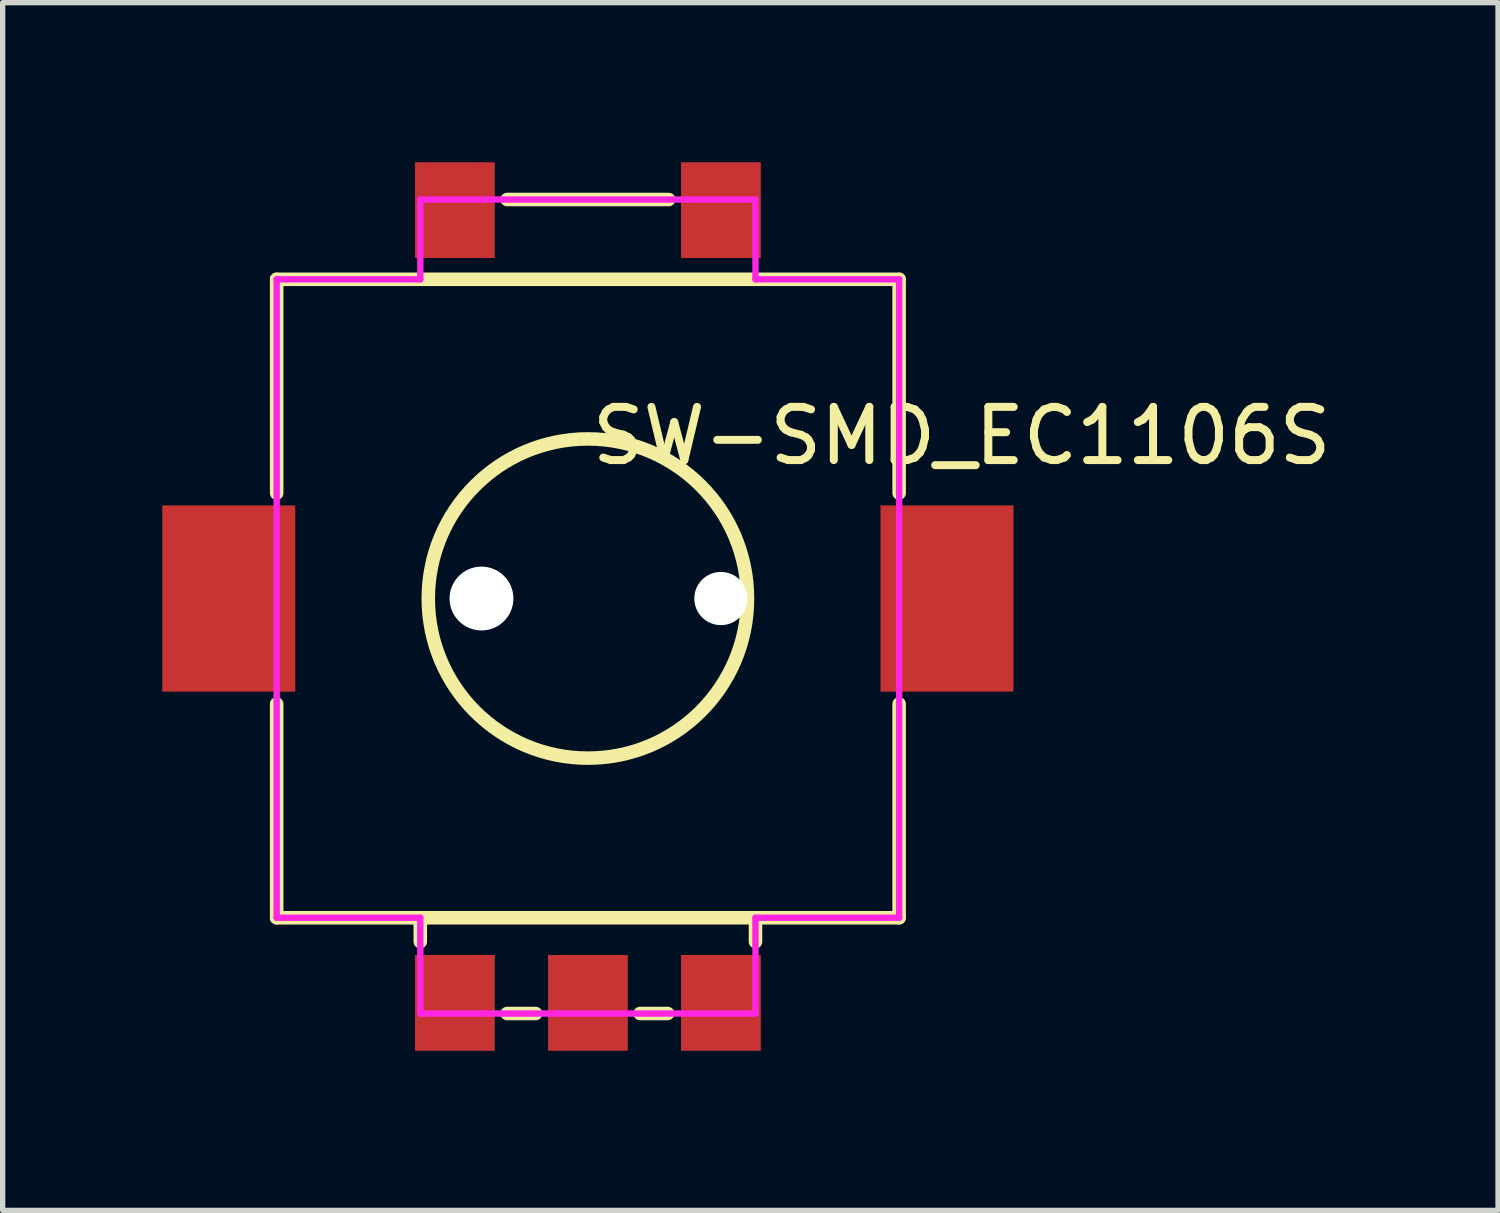
<source format=kicad_pcb>
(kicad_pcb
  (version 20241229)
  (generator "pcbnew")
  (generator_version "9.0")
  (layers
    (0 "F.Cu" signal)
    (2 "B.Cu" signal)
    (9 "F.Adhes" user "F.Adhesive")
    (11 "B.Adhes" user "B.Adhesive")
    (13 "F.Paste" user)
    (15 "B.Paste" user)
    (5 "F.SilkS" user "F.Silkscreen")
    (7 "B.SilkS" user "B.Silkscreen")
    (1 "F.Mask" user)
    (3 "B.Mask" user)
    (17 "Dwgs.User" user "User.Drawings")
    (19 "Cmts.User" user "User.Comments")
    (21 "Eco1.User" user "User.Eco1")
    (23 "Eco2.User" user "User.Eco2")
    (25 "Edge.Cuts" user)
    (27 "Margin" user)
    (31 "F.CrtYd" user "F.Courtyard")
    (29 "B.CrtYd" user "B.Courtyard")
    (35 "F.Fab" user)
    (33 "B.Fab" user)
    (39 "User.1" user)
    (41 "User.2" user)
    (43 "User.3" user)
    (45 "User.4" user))
  (footprint "SW-SMD_EC1106S"
    (layer "F.Cu")
    (at 8 8.35)
    (property "Reference" "SW-SMD_EC1106S" (at 0 -3.207 0) (layer "F.SilkS") (effects (font (size 1 1) (thickness 0.15)) (justify left)))
    (attr through_hole)
    (fp_line (start -5.85 -6.15) (end 5.85 -6.15) (stroke (width 0.254) (type solid)) (layer "F.SilkS"))
    (fp_line (start -5.85 -2.131) (end -5.85 -6.15) (stroke (width 0.254) (type solid)) (layer "F.SilkS"))
    (fp_line (start -5.85 5.85) (end -5.85 1.831) (stroke (width 0.254) (type solid)) (layer "F.SilkS"))
    (fp_line (start -3.161 5.85) (end -3.15 5.85) (stroke (width 0.254) (type solid)) (layer "F.SilkS"))
    (fp_line (start -3.15 5.85) (end -3.15 6.3) (stroke (width 0.254) (type solid)) (layer "F.SilkS"))
    (fp_line (start -1.519 -7.65) (end 1.519 -7.65) (stroke (width 0.254) (type solid)) (layer "F.SilkS"))
    (fp_line (start -1.519 7.65) (end -0.981 7.65) (stroke (width 0.254) (type solid)) (layer "F.SilkS"))
    (fp_line (start 0.981 7.65) (end 1.5 7.65) (stroke (width 0.254) (type solid)) (layer "F.SilkS"))
    (fp_line (start 3.15 5.85) (end 3.15 6.3) (stroke (width 0.254) (type solid)) (layer "F.SilkS"))
    (fp_line (start 3.152 5.85) (end 3.15 5.85) (stroke (width 0.254) (type solid)) (layer "F.SilkS"))
    (fp_line (start 5.85 -6.15) (end 5.85 -2.131) (stroke (width 0.254) (type solid)) (layer "F.SilkS"))
    (fp_line (start 5.85 1.831) (end 5.85 5.85) (stroke (width 0.254) (type solid)) (layer "F.SilkS"))
    (fp_line (start 5.85 5.85) (end -5.85 5.85) (stroke (width 0.254) (type solid)) (layer "F.SilkS"))
    (fp_circle (center 0 -0.15) (end 3 -0.15) (stroke (width 0.254) (type solid)) (fill no) (layer "F.SilkS"))
    (fp_circle (center -2 -0.15) (end -1.75 -0.15) (stroke (width 0.5) (type solid)) (fill no) (layer "Dwgs.User"))
    (fp_circle (center 2.5 -0.15) (end 2.7 -0.15) (stroke (width 0.4) (type solid)) (fill no) (layer "Dwgs.User"))
    (fp_circle (center -7.5 7.65) (end -7.47 7.65) (stroke (width 0.06) (type solid)) (fill no) (layer "Eco2.User"))
    (fp_poly (pts (xy -7.5 -1.4) (xy -5.7 -1.4) (xy -5.7 1.1) (xy -7.5 1.1)) (stroke (width 0.12) (type solid)) (fill no) (layer "Eco2.User"))
    (fp_poly (pts (xy -3.1 -7.65) (xy -1.9 -7.65) (xy -1.9 -6.45) (xy -3.1 -6.45)) (stroke (width 0.12) (type solid)) (fill no) (layer "Eco2.User"))
    (fp_poly (pts (xy -3.1 6.45) (xy -1.9 6.45) (xy -1.9 7.65) (xy -3.1 7.65)) (stroke (width 0.12) (type solid)) (fill no) (layer "Eco2.User"))
    (fp_poly (pts (xy -0.6 6.45) (xy 0.6 6.45) (xy 0.6 7.65) (xy -0.6 7.65)) (stroke (width 0.12) (type solid)) (fill no) (layer "Eco2.User"))
    (fp_poly (pts (xy 1.9 -7.65) (xy 3.1 -7.65) (xy 3.1 -6.45) (xy 1.9 -6.45)) (stroke (width 0.12) (type solid)) (fill no) (layer "Eco2.User"))
    (fp_poly (pts (xy 1.9 6.45) (xy 3.1 6.45) (xy 3.1 7.65) (xy 1.9 7.65)) (stroke (width 0.12) (type solid)) (fill no) (layer "Eco2.User"))
    (fp_poly (pts (xy 5.7 -1.4) (xy 7.5 -1.4) (xy 7.5 1.1) (xy 5.7 1.1)) (stroke (width 0.12) (type solid)) (fill no) (layer "Eco2.User"))
    (fp_line (start -5.85 -6.15) (end -3.15 -6.15) (stroke (width 0.12) (type solid)) (layer "F.CrtYd"))
    (fp_line (start -5.85 5.85) (end -5.85 -6.15) (stroke (width 0.12) (type solid)) (layer "F.CrtYd"))
    (fp_line (start -3.15 -7.65) (end 3.15 -7.65) (stroke (width 0.12) (type solid)) (layer "F.CrtYd"))
    (fp_line (start -3.15 -6.15) (end -3.15 -7.65) (stroke (width 0.12) (type solid)) (layer "F.CrtYd"))
    (fp_line (start -3.15 5.85) (end -5.85 5.85) (stroke (width 0.12) (type solid)) (layer "F.CrtYd"))
    (fp_line (start -3.15 7.65) (end -3.15 5.85) (stroke (width 0.12) (type solid)) (layer "F.CrtYd"))
    (fp_line (start 3.15 -7.65) (end 3.15 -6.15) (stroke (width 0.12) (type solid)) (layer "F.CrtYd"))
    (fp_line (start 3.15 -6.15) (end 5.85 -6.15) (stroke (width 0.12) (type solid)) (layer "F.CrtYd"))
    (fp_line (start 3.15 5.85) (end 3.15 7.65) (stroke (width 0.12) (type solid)) (layer "F.CrtYd"))
    (fp_line (start 3.15 7.65) (end -3.15 7.65) (stroke (width 0.12) (type solid)) (layer "F.CrtYd"))
    (fp_line (start 5.85 -6.15) (end 5.85 5.85) (stroke (width 0.12) (type solid)) (layer "F.CrtYd"))
    (fp_line (start 5.85 5.85) (end 3.15 5.85) (stroke (width 0.12) (type solid)) (layer "F.CrtYd"))
    (pad "" np_thru_hole circle (at -2 -0.15) (size 1.2 1.2) (drill 1.2) (layers "*.Cu" "*.Mask"))
    (pad "" np_thru_hole circle (at 2.5 -0.15) (size 1 1) (drill 1) (layers "*.Cu" "*.Mask"))
    (pad "1" smd rect (at -2.5 7.45) (size 1.5 1.8) (layers "F.Cu" "F.Mask" "F.Paste"))
    (pad "2" smd rect (at 0 7.45) (size 1.5 1.8) (layers "F.Cu" "F.Mask" "F.Paste"))
    (pad "3" smd rect (at 2.5 7.45) (size 1.5 1.8) (layers "F.Cu" "F.Mask" "F.Paste"))
    (pad "4" smd rect (at 2.5 -7.45) (size 1.5 1.8) (layers "F.Cu" "F.Mask" "F.Paste"))
    (pad "5" smd rect (at -2.5 -7.45) (size 1.5 1.8) (layers "F.Cu" "F.Mask" "F.Paste"))
    (pad "6" smd rect (at -6.75 -0.15) (size 2.5 3.5) (layers "F.Cu" "F.Mask" "F.Paste"))
    (pad "7" smd rect (at 6.75 -0.15) (size 2.5 3.5) (layers "F.Cu" "F.Mask" "F.Paste")))
  (gr_rect
    (start -3 -3)
    (end 25.107 19.7)
    (stroke (width 0.1) (type default))
    (fill no)
    (layer "Edge.Cuts")))
</source>
